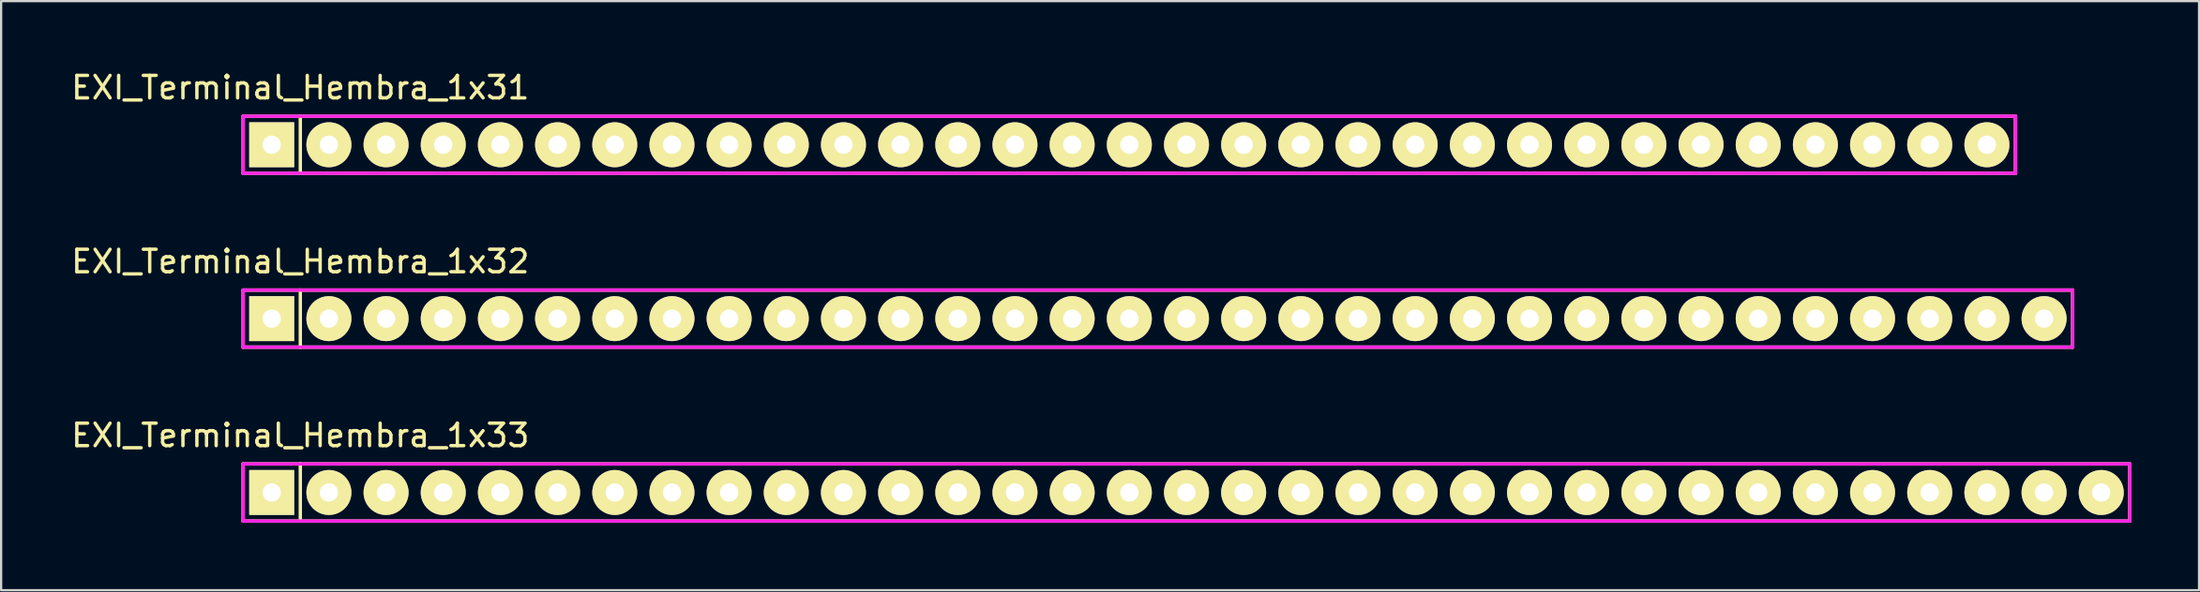
<source format=kicad_pcb>
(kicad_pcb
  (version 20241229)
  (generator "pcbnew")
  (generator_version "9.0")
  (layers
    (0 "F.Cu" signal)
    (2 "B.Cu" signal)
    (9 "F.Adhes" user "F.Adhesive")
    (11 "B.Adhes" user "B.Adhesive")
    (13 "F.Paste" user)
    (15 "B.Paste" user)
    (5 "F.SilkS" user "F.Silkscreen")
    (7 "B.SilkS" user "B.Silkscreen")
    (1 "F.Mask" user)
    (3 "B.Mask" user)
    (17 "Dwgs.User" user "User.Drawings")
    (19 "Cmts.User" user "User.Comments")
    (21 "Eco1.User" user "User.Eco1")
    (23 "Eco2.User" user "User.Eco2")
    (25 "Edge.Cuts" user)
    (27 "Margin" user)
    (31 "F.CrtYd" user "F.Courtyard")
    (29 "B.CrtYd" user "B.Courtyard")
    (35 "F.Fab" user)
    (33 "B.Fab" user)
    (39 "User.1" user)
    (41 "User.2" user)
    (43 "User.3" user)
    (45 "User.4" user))
  (footprint "EXI_Terminal_Hembra_1x31"
    (layer "F.Cu")
    (at 47.122 3.388)
    (property "Reference" "EXI_Terminal_Hembra_1x31" (at -36.83 -2.54 0) (layer "F.SilkS") (effects (font (size 1 1) (thickness 0.15))))
    (attr through_hole)
    (fp_line (start -39.37 -1.27) (end -39.37 1.27) (stroke (width 0.15) (type solid)) (layer "F.SilkS"))
    (fp_line (start -39.37 1.27) (end -36.83 1.27) (stroke (width 0.15) (type solid)) (layer "F.SilkS"))
    (fp_line (start -36.83 -1.27) (end -39.37 -1.27) (stroke (width 0.15) (type solid)) (layer "F.SilkS"))
    (fp_line (start -36.83 -1.27) (end 39.37 -1.27) (stroke (width 0.15) (type solid)) (layer "F.SilkS"))
    (fp_line (start -36.83 1.27) (end -36.83 -1.27) (stroke (width 0.15) (type solid)) (layer "F.SilkS"))
    (fp_line (start 39.37 -1.27) (end 39.37 1.27) (stroke (width 0.15) (type solid)) (layer "F.SilkS"))
    (fp_line (start 39.37 1.27) (end -36.83 1.27) (stroke (width 0.15) (type solid)) (layer "F.SilkS"))
    (fp_line (start -39.37 1.27) (end -39.37 -1.27) (stroke (width 0.15) (type solid)) (layer "F.CrtYd"))
    (fp_line (start -39.37 1.27) (end 39.37 1.27) (stroke (width 0.15) (type solid)) (layer "F.CrtYd"))
    (fp_line (start 39.37 -1.27) (end -39.37 -1.27) (stroke (width 0.15) (type solid)) (layer "F.CrtYd"))
    (fp_line (start 39.37 1.27) (end 39.37 -1.27) (stroke (width 0.15) (type solid)) (layer "F.CrtYd"))
    (pad "1" thru_hole rect (at -38.1 0) (size 1.999 1.999) (drill 0.813) (layers "*.Cu" "*.Mask" "F.SilkS"))
    (pad "2" thru_hole circle (at -35.56 0) (size 1.999 1.999) (drill 0.813) (layers "*.Cu" "*.Mask" "F.SilkS"))
    (pad "3" thru_hole circle (at -33.02 0) (size 1.999 1.999) (drill 0.813) (layers "*.Cu" "*.Mask" "F.SilkS"))
    (pad "4" thru_hole circle (at -30.48 0) (size 1.999 1.999) (drill 0.813) (layers "*.Cu" "*.Mask" "F.SilkS"))
    (pad "5" thru_hole circle (at -27.94 0) (size 1.999 1.999) (drill 0.813) (layers "*.Cu" "*.Mask" "F.SilkS"))
    (pad "6" thru_hole circle (at -25.4 0) (size 1.999 1.999) (drill 0.813) (layers "*.Cu" "*.Mask" "F.SilkS"))
    (pad "7" thru_hole circle (at -22.86 0) (size 1.999 1.999) (drill 0.813) (layers "*.Cu" "*.Mask" "F.SilkS"))
    (pad "8" thru_hole circle (at -20.32 0) (size 1.999 1.999) (drill 0.813) (layers "*.Cu" "*.Mask" "F.SilkS"))
    (pad "9" thru_hole circle (at -17.78 0) (size 1.999 1.999) (drill 0.813) (layers "*.Cu" "*.Mask" "F.SilkS"))
    (pad "10" thru_hole circle (at -15.24 0) (size 1.999 1.999) (drill 0.813) (layers "*.Cu" "*.Mask" "F.SilkS"))
    (pad "11" thru_hole circle (at -12.7 0) (size 1.999 1.999) (drill 0.813) (layers "*.Cu" "*.Mask" "F.SilkS"))
    (pad "12" thru_hole circle (at -10.16 0) (size 1.999 1.999) (drill 0.813) (layers "*.Cu" "*.Mask" "F.SilkS"))
    (pad "13" thru_hole circle (at -7.62 0) (size 1.999 1.999) (drill 0.813) (layers "*.Cu" "*.Mask" "F.SilkS"))
    (pad "14" thru_hole circle (at -5.08 0) (size 1.999 1.999) (drill 0.813) (layers "*.Cu" "*.Mask" "F.SilkS"))
    (pad "15" thru_hole circle (at -2.54 0) (size 1.999 1.999) (drill 0.813) (layers "*.Cu" "*.Mask" "F.SilkS"))
    (pad "16" thru_hole circle (at 0 0) (size 1.999 1.999) (drill 0.813) (layers "*.Cu" "*.Mask" "F.SilkS"))
    (pad "17" thru_hole circle (at 2.54 0) (size 1.999 1.999) (drill 0.813) (layers "*.Cu" "*.Mask" "F.SilkS"))
    (pad "18" thru_hole circle (at 5.08 0) (size 1.999 1.999) (drill 0.813) (layers "*.Cu" "*.Mask" "F.SilkS"))
    (pad "19" thru_hole circle (at 7.62 0) (size 1.999 1.999) (drill 0.813) (layers "*.Cu" "*.Mask" "F.SilkS"))
    (pad "20" thru_hole circle (at 10.16 0) (size 1.999 1.999) (drill 0.813) (layers "*.Cu" "*.Mask" "F.SilkS"))
    (pad "21" thru_hole circle (at 12.7 0) (size 1.999 1.999) (drill 0.813) (layers "*.Cu" "*.Mask" "F.SilkS"))
    (pad "22" thru_hole circle (at 15.24 0) (size 1.999 1.999) (drill 0.813) (layers "*.Cu" "*.Mask" "F.SilkS"))
    (pad "23" thru_hole circle (at 17.78 0) (size 1.999 1.999) (drill 0.813) (layers "*.Cu" "*.Mask" "F.SilkS"))
    (pad "24" thru_hole circle (at 20.32 0) (size 1.999 1.999) (drill 0.813) (layers "*.Cu" "*.Mask" "F.SilkS"))
    (pad "25" thru_hole circle (at 22.86 0) (size 1.999 1.999) (drill 0.813) (layers "*.Cu" "*.Mask" "F.SilkS"))
    (pad "26" thru_hole circle (at 25.4 0) (size 1.999 1.999) (drill 0.813) (layers "*.Cu" "*.Mask" "F.SilkS"))
    (pad "27" thru_hole circle (at 27.94 0) (size 1.999 1.999) (drill 0.813) (layers "*.Cu" "*.Mask" "F.SilkS"))
    (pad "28" thru_hole circle (at 30.48 0) (size 1.999 1.999) (drill 0.813) (layers "*.Cu" "*.Mask" "F.SilkS"))
    (pad "29" thru_hole circle (at 33.02 0) (size 1.999 1.999) (drill 0.813) (layers "*.Cu" "*.Mask" "F.SilkS"))
    (pad "30" thru_hole circle (at 35.56 0) (size 1.999 1.999) (drill 0.813) (layers "*.Cu" "*.Mask" "F.SilkS"))
    (pad "31" thru_hole circle (at 38.1 0) (size 1.999 1.999) (drill 0.813) (layers "*.Cu" "*.Mask" "F.SilkS")))
  (footprint "EXI_Terminal_Hembra_1x32"
    (layer "F.Cu")
    (at 48.392 11.121)
    (property "Reference" "EXI_Terminal_Hembra_1x32" (at -38.1 -2.54 0) (layer "F.SilkS") (effects (font (size 1 1) (thickness 0.15))))
    (attr through_hole)
    (fp_line (start -40.64 -1.27) (end -40.64 1.27) (stroke (width 0.15) (type solid)) (layer "F.SilkS"))
    (fp_line (start -40.64 1.27) (end -38.1 1.27) (stroke (width 0.15) (type solid)) (layer "F.SilkS"))
    (fp_line (start -38.1 -1.27) (end -40.64 -1.27) (stroke (width 0.15) (type solid)) (layer "F.SilkS"))
    (fp_line (start -38.1 1.27) (end -38.1 -1.27) (stroke (width 0.15) (type solid)) (layer "F.SilkS"))
    (fp_line (start -38.1 1.27) (end 40.64 1.27) (stroke (width 0.15) (type solid)) (layer "F.SilkS"))
    (fp_line (start 40.64 -1.27) (end -38.1 -1.27) (stroke (width 0.15) (type solid)) (layer "F.SilkS"))
    (fp_line (start 40.64 -1.27) (end 40.64 1.27) (stroke (width 0.15) (type solid)) (layer "F.SilkS"))
    (fp_line (start -40.64 1.27) (end -40.64 -1.27) (stroke (width 0.15) (type solid)) (layer "F.CrtYd"))
    (fp_line (start -40.64 1.27) (end 40.64 1.27) (stroke (width 0.15) (type solid)) (layer "F.CrtYd"))
    (fp_line (start 40.64 -1.27) (end -40.64 -1.27) (stroke (width 0.15) (type solid)) (layer "F.CrtYd"))
    (fp_line (start 40.64 1.27) (end 40.64 -1.27) (stroke (width 0.15) (type solid)) (layer "F.CrtYd"))
    (pad "1" thru_hole rect (at -39.37 0) (size 1.999 1.999) (drill 0.813) (layers "*.Cu" "*.Mask" "F.SilkS"))
    (pad "2" thru_hole circle (at -36.83 0) (size 1.999 1.999) (drill 0.813) (layers "*.Cu" "*.Mask" "F.SilkS"))
    (pad "3" thru_hole circle (at -34.29 0) (size 1.999 1.999) (drill 0.813) (layers "*.Cu" "*.Mask" "F.SilkS"))
    (pad "4" thru_hole circle (at -31.75 0) (size 1.999 1.999) (drill 0.813) (layers "*.Cu" "*.Mask" "F.SilkS"))
    (pad "5" thru_hole circle (at -29.21 0) (size 1.999 1.999) (drill 0.813) (layers "*.Cu" "*.Mask" "F.SilkS"))
    (pad "6" thru_hole circle (at -26.67 0) (size 1.999 1.999) (drill 0.813) (layers "*.Cu" "*.Mask" "F.SilkS"))
    (pad "7" thru_hole circle (at -24.13 0) (size 1.999 1.999) (drill 0.813) (layers "*.Cu" "*.Mask" "F.SilkS"))
    (pad "8" thru_hole circle (at -21.59 0) (size 1.999 1.999) (drill 0.813) (layers "*.Cu" "*.Mask" "F.SilkS"))
    (pad "9" thru_hole circle (at -19.05 0) (size 1.999 1.999) (drill 0.813) (layers "*.Cu" "*.Mask" "F.SilkS"))
    (pad "10" thru_hole circle (at -16.51 0) (size 1.999 1.999) (drill 0.813) (layers "*.Cu" "*.Mask" "F.SilkS"))
    (pad "11" thru_hole circle (at -13.97 0) (size 1.999 1.999) (drill 0.813) (layers "*.Cu" "*.Mask" "F.SilkS"))
    (pad "12" thru_hole circle (at -11.43 0) (size 1.999 1.999) (drill 0.813) (layers "*.Cu" "*.Mask" "F.SilkS"))
    (pad "13" thru_hole circle (at -8.89 0) (size 1.999 1.999) (drill 0.813) (layers "*.Cu" "*.Mask" "F.SilkS"))
    (pad "14" thru_hole circle (at -6.35 0) (size 1.999 1.999) (drill 0.813) (layers "*.Cu" "*.Mask" "F.SilkS"))
    (pad "15" thru_hole circle (at -3.81 0) (size 1.999 1.999) (drill 0.813) (layers "*.Cu" "*.Mask" "F.SilkS"))
    (pad "16" thru_hole circle (at -1.27 0) (size 1.999 1.999) (drill 0.813) (layers "*.Cu" "*.Mask" "F.SilkS"))
    (pad "17" thru_hole circle (at 1.27 0) (size 1.999 1.999) (drill 0.813) (layers "*.Cu" "*.Mask" "F.SilkS"))
    (pad "18" thru_hole circle (at 3.81 0) (size 1.999 1.999) (drill 0.813) (layers "*.Cu" "*.Mask" "F.SilkS"))
    (pad "19" thru_hole circle (at 6.35 0) (size 1.999 1.999) (drill 0.813) (layers "*.Cu" "*.Mask" "F.SilkS"))
    (pad "20" thru_hole circle (at 8.89 0) (size 1.999 1.999) (drill 0.813) (layers "*.Cu" "*.Mask" "F.SilkS"))
    (pad "21" thru_hole circle (at 11.43 0) (size 1.999 1.999) (drill 0.813) (layers "*.Cu" "*.Mask" "F.SilkS"))
    (pad "22" thru_hole circle (at 13.97 0) (size 1.999 1.999) (drill 0.813) (layers "*.Cu" "*.Mask" "F.SilkS"))
    (pad "23" thru_hole circle (at 16.51 0) (size 1.999 1.999) (drill 0.813) (layers "*.Cu" "*.Mask" "F.SilkS"))
    (pad "24" thru_hole circle (at 19.05 0) (size 1.999 1.999) (drill 0.813) (layers "*.Cu" "*.Mask" "F.SilkS"))
    (pad "25" thru_hole circle (at 21.59 0) (size 1.999 1.999) (drill 0.813) (layers "*.Cu" "*.Mask" "F.SilkS"))
    (pad "26" thru_hole circle (at 24.13 0) (size 1.999 1.999) (drill 0.813) (layers "*.Cu" "*.Mask" "F.SilkS"))
    (pad "27" thru_hole circle (at 26.67 0) (size 1.999 1.999) (drill 0.813) (layers "*.Cu" "*.Mask" "F.SilkS"))
    (pad "28" thru_hole circle (at 29.21 0) (size 1.999 1.999) (drill 0.813) (layers "*.Cu" "*.Mask" "F.SilkS"))
    (pad "29" thru_hole circle (at 31.75 0) (size 1.999 1.999) (drill 0.813) (layers "*.Cu" "*.Mask" "F.SilkS"))
    (pad "30" thru_hole circle (at 34.29 0) (size 1.999 1.999) (drill 0.813) (layers "*.Cu" "*.Mask" "F.SilkS"))
    (pad "31" thru_hole circle (at 36.83 0) (size 1.999 1.999) (drill 0.813) (layers "*.Cu" "*.Mask" "F.SilkS"))
    (pad "32" thru_hole circle (at 39.37 0) (size 1.999 1.999) (drill 0.813) (layers "*.Cu" "*.Mask" "F.SilkS")))
  (footprint "EXI_Terminal_Hembra_1x33"
    (layer "F.Cu")
    (at 49.662 18.855)
    (property "Reference" "EXI_Terminal_Hembra_1x33" (at -39.37 -2.54 0) (layer "F.SilkS") (effects (font (size 1 1) (thickness 0.15))))
    (attr through_hole)
    (fp_line (start -41.91 -1.27) (end -41.91 1.27) (stroke (width 0.15) (type solid)) (layer "F.SilkS"))
    (fp_line (start -41.91 1.27) (end -39.37 1.27) (stroke (width 0.15) (type solid)) (layer "F.SilkS"))
    (fp_line (start -39.37 -1.27) (end -41.91 -1.27) (stroke (width 0.15) (type solid)) (layer "F.SilkS"))
    (fp_line (start -39.37 1.27) (end -39.37 -1.27) (stroke (width 0.15) (type solid)) (layer "F.SilkS"))
    (fp_line (start -39.37 1.27) (end 41.91 1.27) (stroke (width 0.15) (type solid)) (layer "F.SilkS"))
    (fp_line (start 41.91 -1.27) (end -39.37 -1.27) (stroke (width 0.15) (type solid)) (layer "F.SilkS"))
    (fp_line (start 41.91 -1.27) (end 41.91 1.27) (stroke (width 0.15) (type solid)) (layer "F.SilkS"))
    (fp_line (start -41.91 1.27) (end -41.91 -1.27) (stroke (width 0.15) (type solid)) (layer "F.CrtYd"))
    (fp_line (start -41.91 1.27) (end 41.91 1.27) (stroke (width 0.15) (type solid)) (layer "F.CrtYd"))
    (fp_line (start 41.91 -1.27) (end -41.91 -1.27) (stroke (width 0.15) (type solid)) (layer "F.CrtYd"))
    (fp_line (start 41.91 1.27) (end 41.91 -1.27) (stroke (width 0.15) (type solid)) (layer "F.CrtYd"))
    (pad "1" thru_hole rect (at -40.64 0) (size 1.999 1.999) (drill 0.813) (layers "*.Cu" "*.Mask" "F.SilkS"))
    (pad "2" thru_hole circle (at -38.1 0) (size 1.999 1.999) (drill 0.813) (layers "*.Cu" "*.Mask" "F.SilkS"))
    (pad "3" thru_hole circle (at -35.56 0) (size 1.999 1.999) (drill 0.813) (layers "*.Cu" "*.Mask" "F.SilkS"))
    (pad "4" thru_hole circle (at -33.02 0) (size 1.999 1.999) (drill 0.813) (layers "*.Cu" "*.Mask" "F.SilkS"))
    (pad "5" thru_hole circle (at -30.48 0) (size 1.999 1.999) (drill 0.813) (layers "*.Cu" "*.Mask" "F.SilkS"))
    (pad "6" thru_hole circle (at -27.94 0) (size 1.999 1.999) (drill 0.813) (layers "*.Cu" "*.Mask" "F.SilkS"))
    (pad "7" thru_hole circle (at -25.4 0) (size 1.999 1.999) (drill 0.813) (layers "*.Cu" "*.Mask" "F.SilkS"))
    (pad "8" thru_hole circle (at -22.86 0) (size 1.999 1.999) (drill 0.813) (layers "*.Cu" "*.Mask" "F.SilkS"))
    (pad "9" thru_hole circle (at -20.32 0) (size 1.999 1.999) (drill 0.813) (layers "*.Cu" "*.Mask" "F.SilkS"))
    (pad "10" thru_hole circle (at -17.78 0) (size 1.999 1.999) (drill 0.813) (layers "*.Cu" "*.Mask" "F.SilkS"))
    (pad "11" thru_hole circle (at -15.24 0) (size 1.999 1.999) (drill 0.813) (layers "*.Cu" "*.Mask" "F.SilkS"))
    (pad "12" thru_hole circle (at -12.7 0) (size 1.999 1.999) (drill 0.813) (layers "*.Cu" "*.Mask" "F.SilkS"))
    (pad "13" thru_hole circle (at -10.16 0) (size 1.999 1.999) (drill 0.813) (layers "*.Cu" "*.Mask" "F.SilkS"))
    (pad "14" thru_hole circle (at -7.62 0) (size 1.999 1.999) (drill 0.813) (layers "*.Cu" "*.Mask" "F.SilkS"))
    (pad "15" thru_hole circle (at -5.08 0) (size 1.999 1.999) (drill 0.813) (layers "*.Cu" "*.Mask" "F.SilkS"))
    (pad "16" thru_hole circle (at -2.54 0) (size 1.999 1.999) (drill 0.813) (layers "*.Cu" "*.Mask" "F.SilkS"))
    (pad "17" thru_hole circle (at 0 0) (size 1.999 1.999) (drill 0.813) (layers "*.Cu" "*.Mask" "F.SilkS"))
    (pad "18" thru_hole circle (at 2.54 0) (size 1.999 1.999) (drill 0.813) (layers "*.Cu" "*.Mask" "F.SilkS"))
    (pad "19" thru_hole circle (at 5.08 0) (size 1.999 1.999) (drill 0.813) (layers "*.Cu" "*.Mask" "F.SilkS"))
    (pad "20" thru_hole circle (at 7.62 0) (size 1.999 1.999) (drill 0.813) (layers "*.Cu" "*.Mask" "F.SilkS"))
    (pad "21" thru_hole circle (at 10.16 0) (size 1.999 1.999) (drill 0.813) (layers "*.Cu" "*.Mask" "F.SilkS"))
    (pad "22" thru_hole circle (at 12.7 0) (size 1.999 1.999) (drill 0.813) (layers "*.Cu" "*.Mask" "F.SilkS"))
    (pad "23" thru_hole circle (at 15.24 0) (size 1.999 1.999) (drill 0.813) (layers "*.Cu" "*.Mask" "F.SilkS"))
    (pad "24" thru_hole circle (at 17.78 0) (size 1.999 1.999) (drill 0.813) (layers "*.Cu" "*.Mask" "F.SilkS"))
    (pad "25" thru_hole circle (at 20.32 0) (size 1.999 1.999) (drill 0.813) (layers "*.Cu" "*.Mask" "F.SilkS"))
    (pad "26" thru_hole circle (at 22.86 0) (size 1.999 1.999) (drill 0.813) (layers "*.Cu" "*.Mask" "F.SilkS"))
    (pad "27" thru_hole circle (at 25.4 0) (size 1.999 1.999) (drill 0.813) (layers "*.Cu" "*.Mask" "F.SilkS"))
    (pad "28" thru_hole circle (at 27.94 0) (size 1.999 1.999) (drill 0.813) (layers "*.Cu" "*.Mask" "F.SilkS"))
    (pad "29" thru_hole circle (at 30.48 0) (size 1.999 1.999) (drill 0.813) (layers "*.Cu" "*.Mask" "F.SilkS"))
    (pad "30" thru_hole circle (at 33.02 0) (size 1.999 1.999) (drill 0.813) (layers "*.Cu" "*.Mask" "F.SilkS"))
    (pad "31" thru_hole circle (at 35.56 0) (size 1.999 1.999) (drill 0.813) (layers "*.Cu" "*.Mask" "F.SilkS"))
    (pad "32" thru_hole circle (at 38.1 0) (size 1.999 1.999) (drill 0.813) (layers "*.Cu" "*.Mask" "F.SilkS"))
    (pad "33" thru_hole circle (at 40.64 0) (size 1.999 1.999) (drill 0.813) (layers "*.Cu" "*.Mask" "F.SilkS")))
  (gr_rect
    (start -3 -3)
    (end 94.647 23.2)
    (stroke (width 0.1) (type default))
    (fill no)
    (layer "Edge.Cuts")))
</source>
